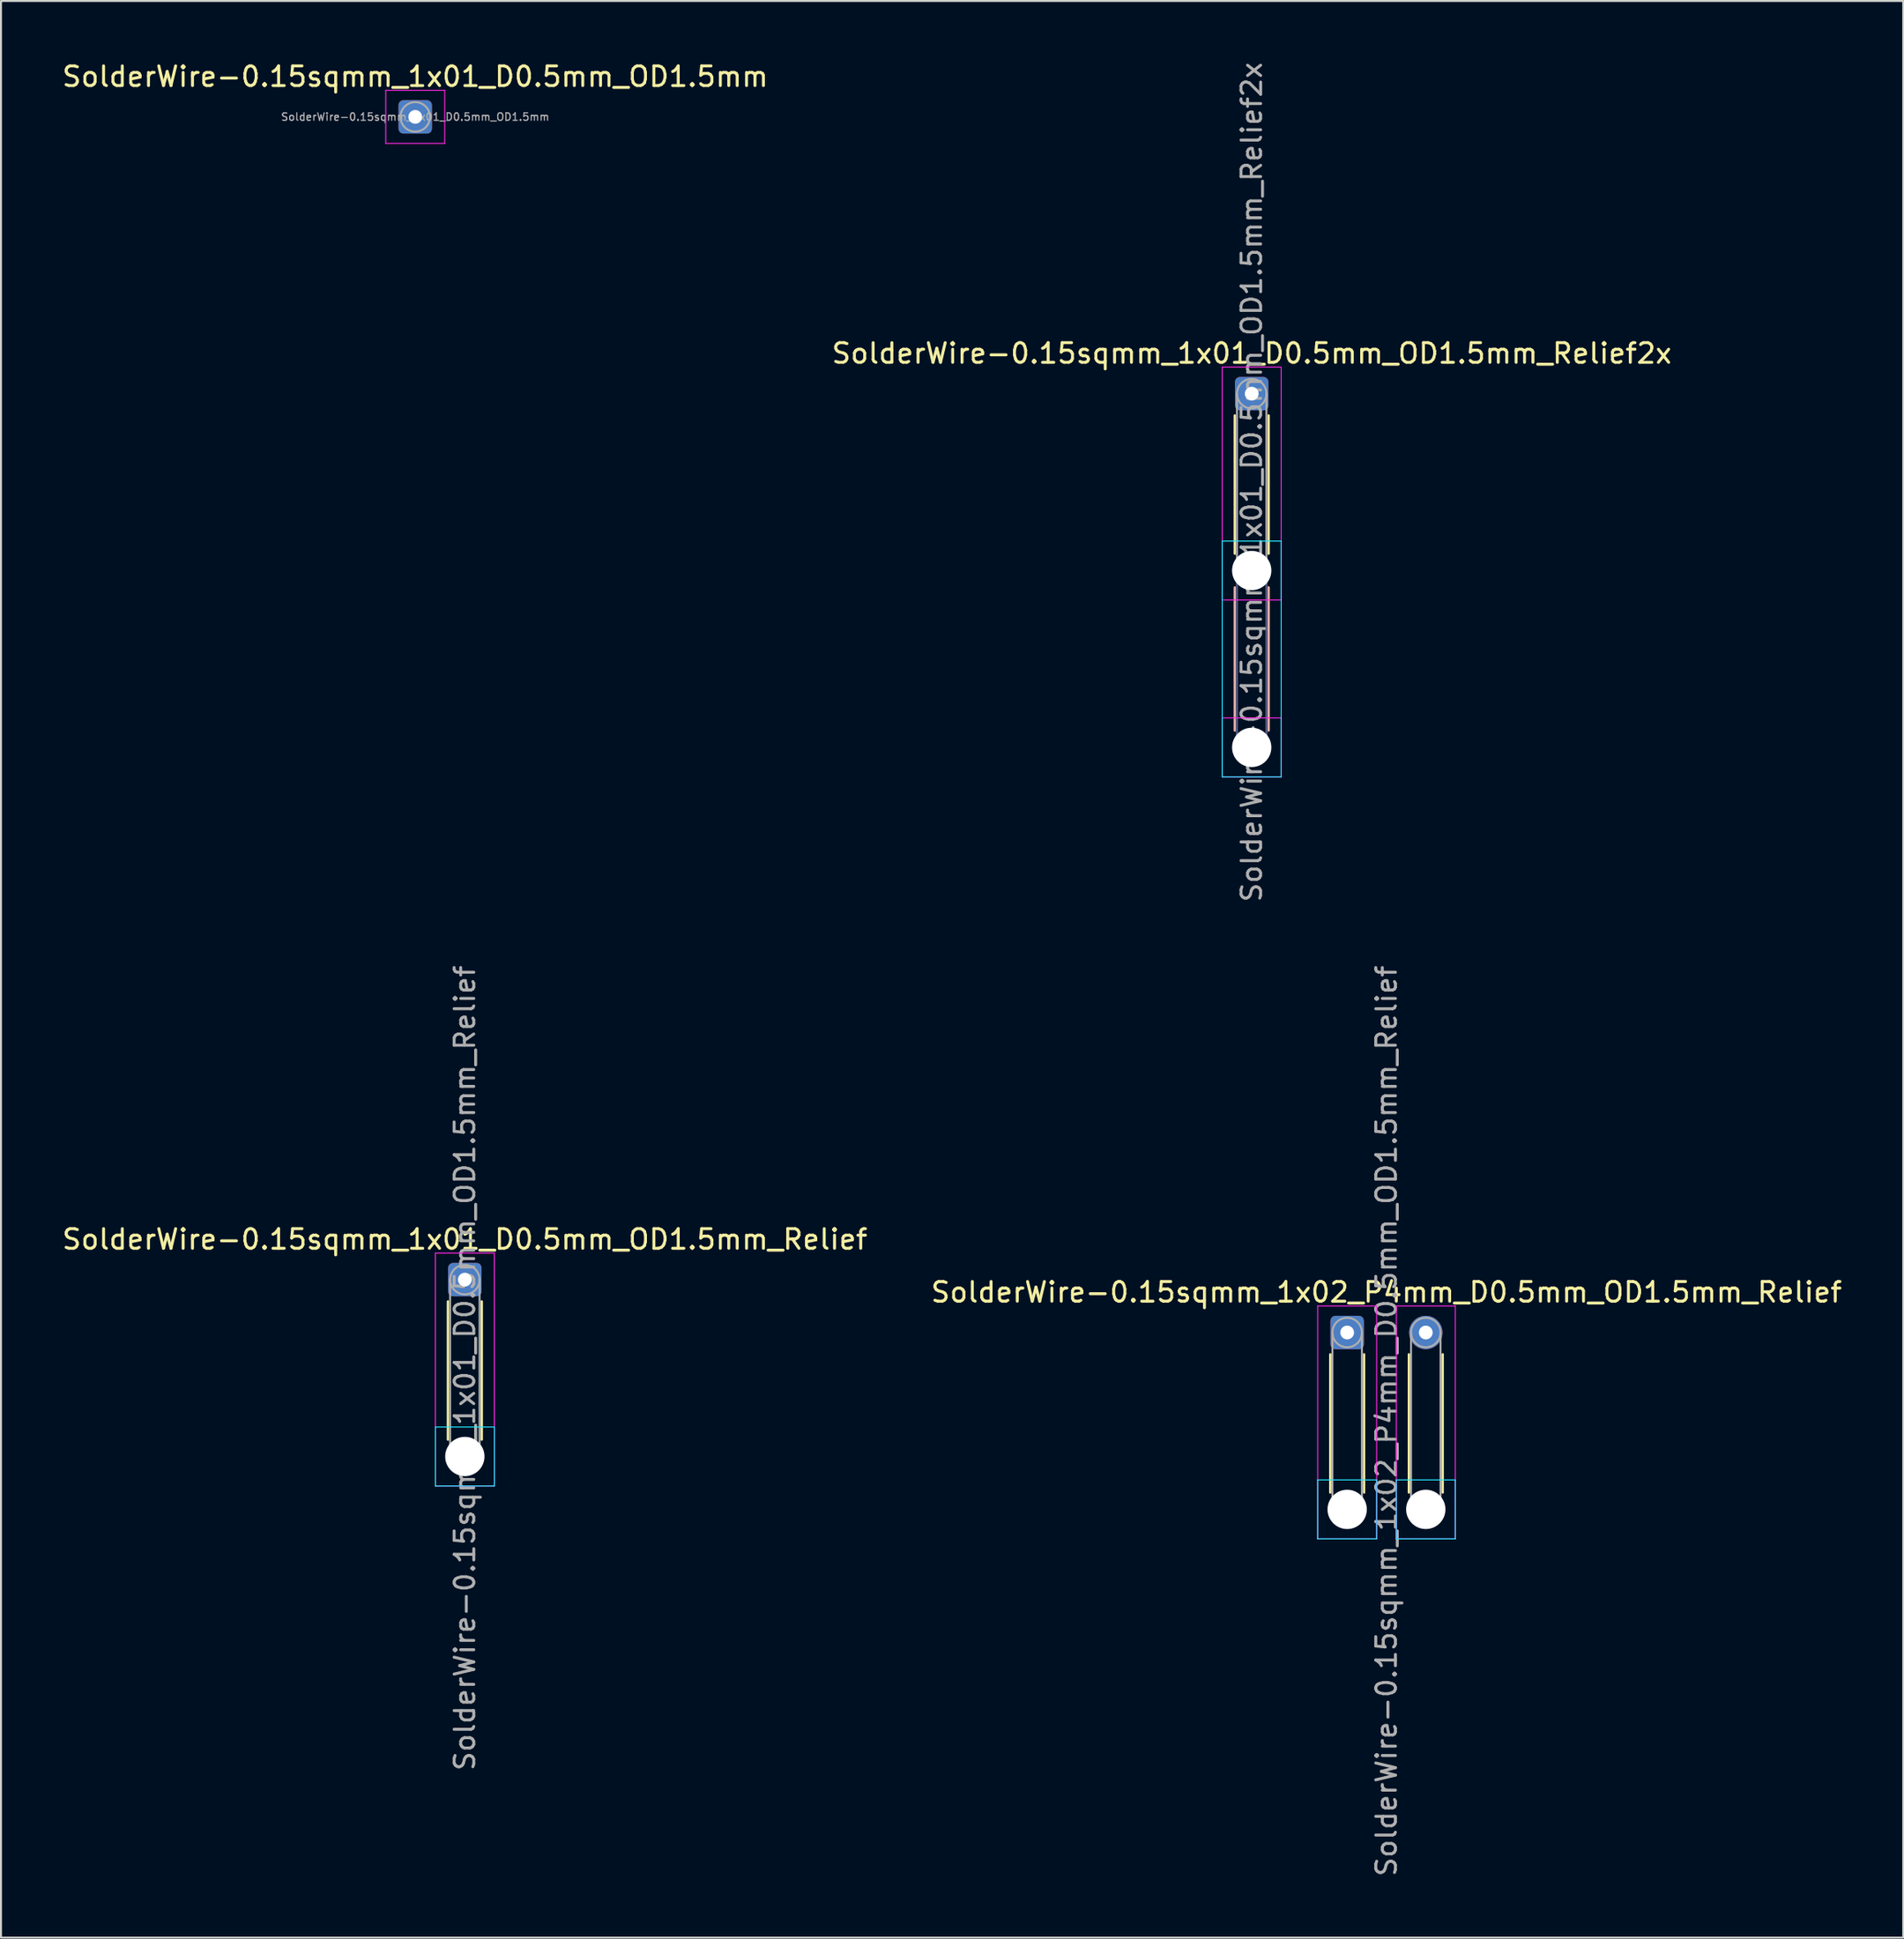
<source format=kicad_pcb>
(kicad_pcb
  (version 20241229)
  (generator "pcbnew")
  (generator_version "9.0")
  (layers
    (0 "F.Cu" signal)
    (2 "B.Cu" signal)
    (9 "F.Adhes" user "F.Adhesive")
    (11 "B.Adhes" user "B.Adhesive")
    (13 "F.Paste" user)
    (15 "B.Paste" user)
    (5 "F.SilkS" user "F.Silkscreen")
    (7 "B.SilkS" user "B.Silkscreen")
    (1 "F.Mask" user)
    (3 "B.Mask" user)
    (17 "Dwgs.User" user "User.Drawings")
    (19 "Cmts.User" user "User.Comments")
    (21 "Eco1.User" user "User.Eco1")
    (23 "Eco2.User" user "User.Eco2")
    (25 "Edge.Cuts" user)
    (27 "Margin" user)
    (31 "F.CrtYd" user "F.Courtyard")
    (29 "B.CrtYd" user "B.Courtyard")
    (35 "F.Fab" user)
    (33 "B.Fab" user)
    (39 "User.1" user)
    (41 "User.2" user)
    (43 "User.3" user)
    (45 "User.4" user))
  (footprint "SolderWire-0.15sqmm_1x01_D0.5mm_OD1.5mm_Relief"
    (layer "F.Cu")
    (at 20.601 62.065)
    (property "Reference" "SolderWire-0.15sqmm_1x01_D0.5mm_OD1.5mm_Relief" (at 0 -2.05 0) (layer "F.SilkS") (effects (font (size 1 1) (thickness 0.15))))
    (attr exclude_from_pos_files exclude_from_bom)
    (fp_line (start -0.86 1.11) (end -0.86 8.14) (stroke (width 0.12) (type solid)) (layer "F.SilkS"))
    (fp_line (start 0.86 1.11) (end 0.86 8.14) (stroke (width 0.12) (type solid)) (layer "F.SilkS"))
    (fp_line (start -1.5 7.5) (end -1.5 10.5) (stroke (width 0.05) (type solid)) (layer "B.CrtYd"))
    (fp_line (start -1.5 10.5) (end 1.5 10.5) (stroke (width 0.05) (type solid)) (layer "B.CrtYd"))
    (fp_line (start 1.5 7.5) (end -1.5 7.5) (stroke (width 0.05) (type solid)) (layer "B.CrtYd"))
    (fp_line (start 1.5 10.5) (end 1.5 7.5) (stroke (width 0.05) (type solid)) (layer "B.CrtYd"))
    (fp_line (start -1.5 -1.35) (end -1.5 10.5) (stroke (width 0.05) (type solid)) (layer "F.CrtYd"))
    (fp_line (start -1.5 10.5) (end 1.5 10.5) (stroke (width 0.05) (type solid)) (layer "F.CrtYd"))
    (fp_line (start 1.5 -1.35) (end -1.5 -1.35) (stroke (width 0.05) (type solid)) (layer "F.CrtYd"))
    (fp_line (start 1.5 10.5) (end 1.5 -1.35) (stroke (width 0.05) (type solid)) (layer "F.CrtYd"))
    (fp_line (start -0.75 0) (end -0.75 9) (stroke (width 0.1) (type solid)) (layer "F.Fab"))
    (fp_line (start 0.75 0) (end 0.75 9) (stroke (width 0.1) (type solid)) (layer "F.Fab"))
    (fp_circle (center 0 0) (end 0.75 0) (stroke (width 0.1) (type solid)) (fill no) (layer "F.Fab"))
    (fp_circle (center 0 9) (end 0.75 9) (stroke (width 0.1) (type solid)) (fill no) (layer "F.Fab"))
    (fp_text user "${REFERENCE}" (at 0 4.5 90) (layer "F.Fab") (effects (font (size 1 1) (thickness 0.15))))
    (pad "" np_thru_hole circle (at 0 9) (size 2 2) (drill 2) (layers "*.Cu" "*.Mask"))
    (pad "1" thru_hole roundrect (at 0 0) (size 1.7 1.7) (drill 0.7) (layers "*.Cu" "*.Mask") (roundrect_rratio 0.147)))
  (footprint "SolderWire-0.15sqmm_1x01_D0.5mm_OD1.5mm_Relief2x"
    (layer "F.Cu")
    (at 60.637 16.982)
    (property "Reference" "SolderWire-0.15sqmm_1x01_D0.5mm_OD1.5mm_Relief2x" (at 0 -2.05 0) (layer "F.SilkS") (effects (font (size 1 1) (thickness 0.15))))
    (attr exclude_from_pos_files exclude_from_bom)
    (fp_line (start -0.86 1.11) (end -0.86 8.14) (stroke (width 0.12) (type solid)) (layer "F.SilkS"))
    (fp_line (start 0.86 1.11) (end 0.86 8.14) (stroke (width 0.12) (type solid)) (layer "F.SilkS"))
    (fp_line (start -0.86 9.86) (end -0.86 17.14) (stroke (width 0.12) (type solid)) (layer "B.SilkS"))
    (fp_line (start 0.86 9.86) (end 0.86 17.14) (stroke (width 0.12) (type solid)) (layer "B.SilkS"))
    (fp_line (start -1.5 7.5) (end -1.5 19.5) (stroke (width 0.05) (type solid)) (layer "B.CrtYd"))
    (fp_line (start -1.5 19.5) (end 1.5 19.5) (stroke (width 0.05) (type solid)) (layer "B.CrtYd"))
    (fp_line (start 1.5 7.5) (end -1.5 7.5) (stroke (width 0.05) (type solid)) (layer "B.CrtYd"))
    (fp_line (start 1.5 19.5) (end 1.5 7.5) (stroke (width 0.05) (type solid)) (layer "B.CrtYd"))
    (fp_line (start -1.5 -1.35) (end -1.5 10.5) (stroke (width 0.05) (type solid)) (layer "F.CrtYd"))
    (fp_line (start -1.5 10.5) (end 1.5 10.5) (stroke (width 0.05) (type solid)) (layer "F.CrtYd"))
    (fp_line (start -1.5 16.5) (end -1.5 19.5) (stroke (width 0.05) (type solid)) (layer "F.CrtYd"))
    (fp_line (start -1.5 19.5) (end 1.5 19.5) (stroke (width 0.05) (type solid)) (layer "F.CrtYd"))
    (fp_line (start 1.5 -1.35) (end -1.5 -1.35) (stroke (width 0.05) (type solid)) (layer "F.CrtYd"))
    (fp_line (start 1.5 10.5) (end 1.5 -1.35) (stroke (width 0.05) (type solid)) (layer "F.CrtYd"))
    (fp_line (start 1.5 16.5) (end -1.5 16.5) (stroke (width 0.05) (type solid)) (layer "F.CrtYd"))
    (fp_line (start 1.5 19.5) (end 1.5 16.5) (stroke (width 0.05) (type solid)) (layer "F.CrtYd"))
    (fp_line (start -0.75 9) (end -0.75 18) (stroke (width 0.1) (type solid)) (layer "B.Fab"))
    (fp_line (start 0.75 9) (end 0.75 18) (stroke (width 0.1) (type solid)) (layer "B.Fab"))
    (fp_circle (center 0 9) (end 0.75 9) (stroke (width 0.1) (type solid)) (fill no) (layer "B.Fab"))
    (fp_circle (center 0 18) (end 0.75 18) (stroke (width 0.1) (type solid)) (fill no) (layer "B.Fab"))
    (fp_line (start -0.75 0) (end -0.75 9) (stroke (width 0.1) (type solid)) (layer "F.Fab"))
    (fp_line (start 0.75 0) (end 0.75 9) (stroke (width 0.1) (type solid)) (layer "F.Fab"))
    (fp_circle (center 0 0) (end 0.75 0) (stroke (width 0.1) (type solid)) (fill no) (layer "F.Fab"))
    (fp_circle (center 0 9) (end 0.75 9) (stroke (width 0.1) (type solid)) (fill no) (layer "F.Fab"))
    (fp_circle (center 0 18) (end 0.75 18) (stroke (width 0.1) (type solid)) (fill no) (layer "F.Fab"))
    (fp_text user "${REFERENCE}" (at 0 4.5 90) (layer "F.Fab") (effects (font (size 1 1) (thickness 0.15))))
    (pad "" np_thru_hole circle (at 0 9) (size 2 2) (drill 2) (layers "*.Cu" "*.Mask"))
    (pad "" np_thru_hole circle (at 0 18) (size 2 2) (drill 2) (layers "*.Cu" "*.Mask"))
    (pad "1" thru_hole roundrect (at 0 0) (size 1.7 1.7) (drill 0.7) (layers "*.Cu" "*.Mask") (roundrect_rratio 0.147)))
  (footprint "SolderWire-0.15sqmm_1x01_D0.5mm_OD1.5mm"
    (layer "F.Cu")
    (at 18.077 2.898)
    (property "Reference" "SolderWire-0.15sqmm_1x01_D0.5mm_OD1.5mm" (at 0 -2.05 0) (layer "F.SilkS") (effects (font (size 1 1) (thickness 0.15))))
    (attr exclude_from_pos_files exclude_from_bom)
    (fp_line (start -1.5 -1.35) (end -1.5 1.35) (stroke (width 0.05) (type solid)) (layer "F.CrtYd"))
    (fp_line (start -1.5 1.35) (end 1.5 1.35) (stroke (width 0.05) (type solid)) (layer "F.CrtYd"))
    (fp_line (start 1.5 -1.35) (end -1.5 -1.35) (stroke (width 0.05) (type solid)) (layer "F.CrtYd"))
    (fp_line (start 1.5 1.35) (end 1.5 -1.35) (stroke (width 0.05) (type solid)) (layer "F.CrtYd"))
    (fp_circle (center 0 0) (end 0.75 0) (stroke (width 0.1) (type solid)) (fill no) (layer "F.Fab"))
    (fp_text user "${REFERENCE}" (at 0 0 0) (layer "F.Fab") (effects (font (size 0.38 0.38) (thickness 0.06))))
    (pad "1" thru_hole roundrect (at 0 0) (size 1.7 1.7) (drill 0.7) (layers "*.Cu" "*.Mask") (roundrect_rratio 0.147)))
  (footprint "SolderWire-0.15sqmm_1x02_P4mm_D0.5mm_OD1.5mm_Relief"
    (layer "F.Cu")
    (at 65.494 64.756)
    (property "Reference" "SolderWire-0.15sqmm_1x02_P4mm_D0.5mm_OD1.5mm_Relief" (at 2 -2.05 0) (layer "F.SilkS") (effects (font (size 1 1) (thickness 0.15))))
    (attr exclude_from_pos_files exclude_from_bom)
    (fp_line (start -0.86 1.11) (end -0.86 8.14) (stroke (width 0.12) (type solid)) (layer "F.SilkS"))
    (fp_line (start 0.86 1.11) (end 0.86 8.14) (stroke (width 0.12) (type solid)) (layer "F.SilkS"))
    (fp_line (start 3.14 1.11) (end 3.14 8.14) (stroke (width 0.12) (type solid)) (layer "F.SilkS"))
    (fp_line (start 4.86 1.11) (end 4.86 8.14) (stroke (width 0.12) (type solid)) (layer "F.SilkS"))
    (fp_line (start -1.5 7.5) (end -1.5 10.5) (stroke (width 0.05) (type solid)) (layer "B.CrtYd"))
    (fp_line (start -1.5 10.5) (end 1.5 10.5) (stroke (width 0.05) (type solid)) (layer "B.CrtYd"))
    (fp_line (start 1.5 7.5) (end -1.5 7.5) (stroke (width 0.05) (type solid)) (layer "B.CrtYd"))
    (fp_line (start 1.5 10.5) (end 1.5 7.5) (stroke (width 0.05) (type solid)) (layer "B.CrtYd"))
    (fp_line (start 2.5 7.5) (end 2.5 10.5) (stroke (width 0.05) (type solid)) (layer "B.CrtYd"))
    (fp_line (start 2.5 10.5) (end 5.5 10.5) (stroke (width 0.05) (type solid)) (layer "B.CrtYd"))
    (fp_line (start 5.5 7.5) (end 2.5 7.5) (stroke (width 0.05) (type solid)) (layer "B.CrtYd"))
    (fp_line (start 5.5 10.5) (end 5.5 7.5) (stroke (width 0.05) (type solid)) (layer "B.CrtYd"))
    (fp_line (start -1.5 -1.35) (end -1.5 10.5) (stroke (width 0.05) (type solid)) (layer "F.CrtYd"))
    (fp_line (start -1.5 10.5) (end 1.5 10.5) (stroke (width 0.05) (type solid)) (layer "F.CrtYd"))
    (fp_line (start 1.5 -1.35) (end -1.5 -1.35) (stroke (width 0.05) (type solid)) (layer "F.CrtYd"))
    (fp_line (start 1.5 10.5) (end 1.5 -1.35) (stroke (width 0.05) (type solid)) (layer "F.CrtYd"))
    (fp_line (start 2.5 -1.35) (end 2.5 10.5) (stroke (width 0.05) (type solid)) (layer "F.CrtYd"))
    (fp_line (start 2.5 10.5) (end 5.5 10.5) (stroke (width 0.05) (type solid)) (layer "F.CrtYd"))
    (fp_line (start 5.5 -1.35) (end 2.5 -1.35) (stroke (width 0.05) (type solid)) (layer "F.CrtYd"))
    (fp_line (start 5.5 10.5) (end 5.5 -1.35) (stroke (width 0.05) (type solid)) (layer "F.CrtYd"))
    (fp_line (start -0.75 0) (end -0.75 9) (stroke (width 0.1) (type solid)) (layer "F.Fab"))
    (fp_line (start 0.75 0) (end 0.75 9) (stroke (width 0.1) (type solid)) (layer "F.Fab"))
    (fp_line (start 3.25 0) (end 3.25 9) (stroke (width 0.1) (type solid)) (layer "F.Fab"))
    (fp_line (start 4.75 0) (end 4.75 9) (stroke (width 0.1) (type solid)) (layer "F.Fab"))
    (fp_circle (center 0 0) (end 0.75 0) (stroke (width 0.1) (type solid)) (fill no) (layer "F.Fab"))
    (fp_circle (center 0 9) (end 0.75 9) (stroke (width 0.1) (type solid)) (fill no) (layer "F.Fab"))
    (fp_circle (center 4 0) (end 4.75 0) (stroke (width 0.1) (type solid)) (fill no) (layer "F.Fab"))
    (fp_circle (center 4 9) (end 4.75 9) (stroke (width 0.1) (type solid)) (fill no) (layer "F.Fab"))
    (fp_text user "${REFERENCE}" (at 2 4.5 90) (layer "F.Fab") (effects (font (size 1 1) (thickness 0.15))))
    (pad "" np_thru_hole circle (at 0 9) (size 2 2) (drill 2) (layers "*.Cu" "*.Mask"))
    (pad "" np_thru_hole circle (at 4 9) (size 2 2) (drill 2) (layers "*.Cu" "*.Mask"))
    (pad "1" thru_hole roundrect (at 0 0) (size 1.7 1.7) (drill 0.7) (layers "*.Cu" "*.Mask") (roundrect_rratio 0.147))
    (pad "2" thru_hole circle (at 4 0) (size 1.7 1.7) (drill 0.7) (layers "*.Cu" "*.Mask")))
  (gr_rect
    (start -3 -3)
    (end 93.786 95.548)
    (stroke (width 0.1) (type default))
    (fill no)
    (layer "Edge.Cuts")))
</source>
